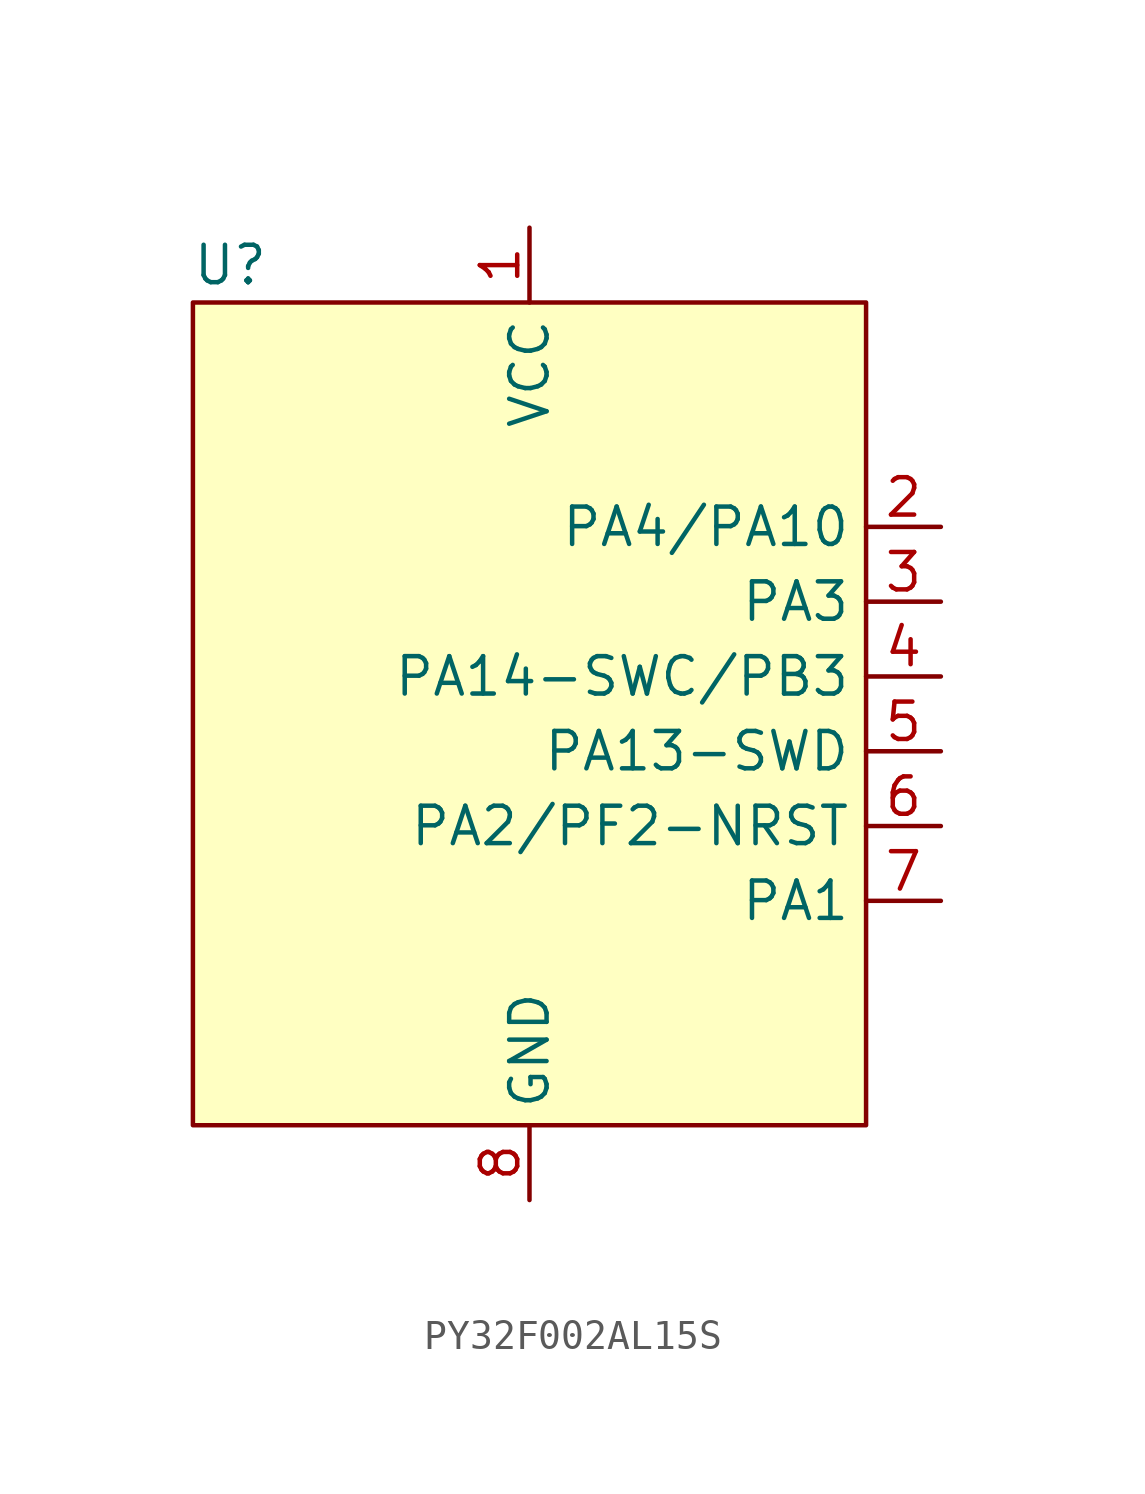
<source format=kicad_sym>
(kicad_symbol_lib
  (version 20220914)
  (generator kicad_symbol_editor)
  (symbol "PY32F002AL15S"
    (property "Reference" "U"
      (at -10.16 15.24 0)
      (effects (font (size 1.27 1.27))))
    (property "Value" ""
      (at -1.27 8.89 0)
      (effects (font (size 1.27 1.27))))
    (symbol "PY32F002AL15S_1_1"
      (rectangle (start -11.43 13.97) (end 11.43 -13.97) (stroke (width 0) (type default)) (fill (type background)))
      (pin power_in line (at 0 16.51 270) (length 2.54) (name "VCC" (effects (font (size 1.27 1.27)))) (number "1" (effects (font (size 1.27 1.27)))))
      (pin passive line (at 13.97 6.35 180) (length 2.54) (name "PA4/PA10" (effects (font (size 1.27 1.27)))) (number "2" (effects (font (size 1.27 1.27)))))
      (pin passive line (at 13.97 3.81 180) (length 2.54) (name "PA3" (effects (font (size 1.27 1.27)))) (number "3" (effects (font (size 1.27 1.27)))))
      (pin passive line (at 13.97 1.27 180) (length 2.54) (name "PA14-SWC/PB3" (effects (font (size 1.27 1.27)))) (number "4" (effects (font (size 1.27 1.27)))))
      (pin passive line (at 13.97 -1.27 180) (length 2.54) (name "PA13-SWD" (effects (font (size 1.27 1.27)))) (number "5" (effects (font (size 1.27 1.27)))))
      (pin passive line (at 13.97 -3.81 180) (length 2.54) (name "PA2/PF2-NRST" (effects (font (size 1.27 1.27)))) (number "6" (effects (font (size 1.27 1.27)))))
      (pin passive line (at 13.97 -6.35 180) (length 2.54) (name "PA1" (effects (font (size 1.27 1.27)))) (number "7" (effects (font (size 1.27 1.27)))))
      (pin power_in line (at 0 -16.51 90) (length 2.54) (name "GND" (effects (font (size 1.27 1.27)))) (number "8" (effects (font (size 1.27 1.27))))))))
</source>
